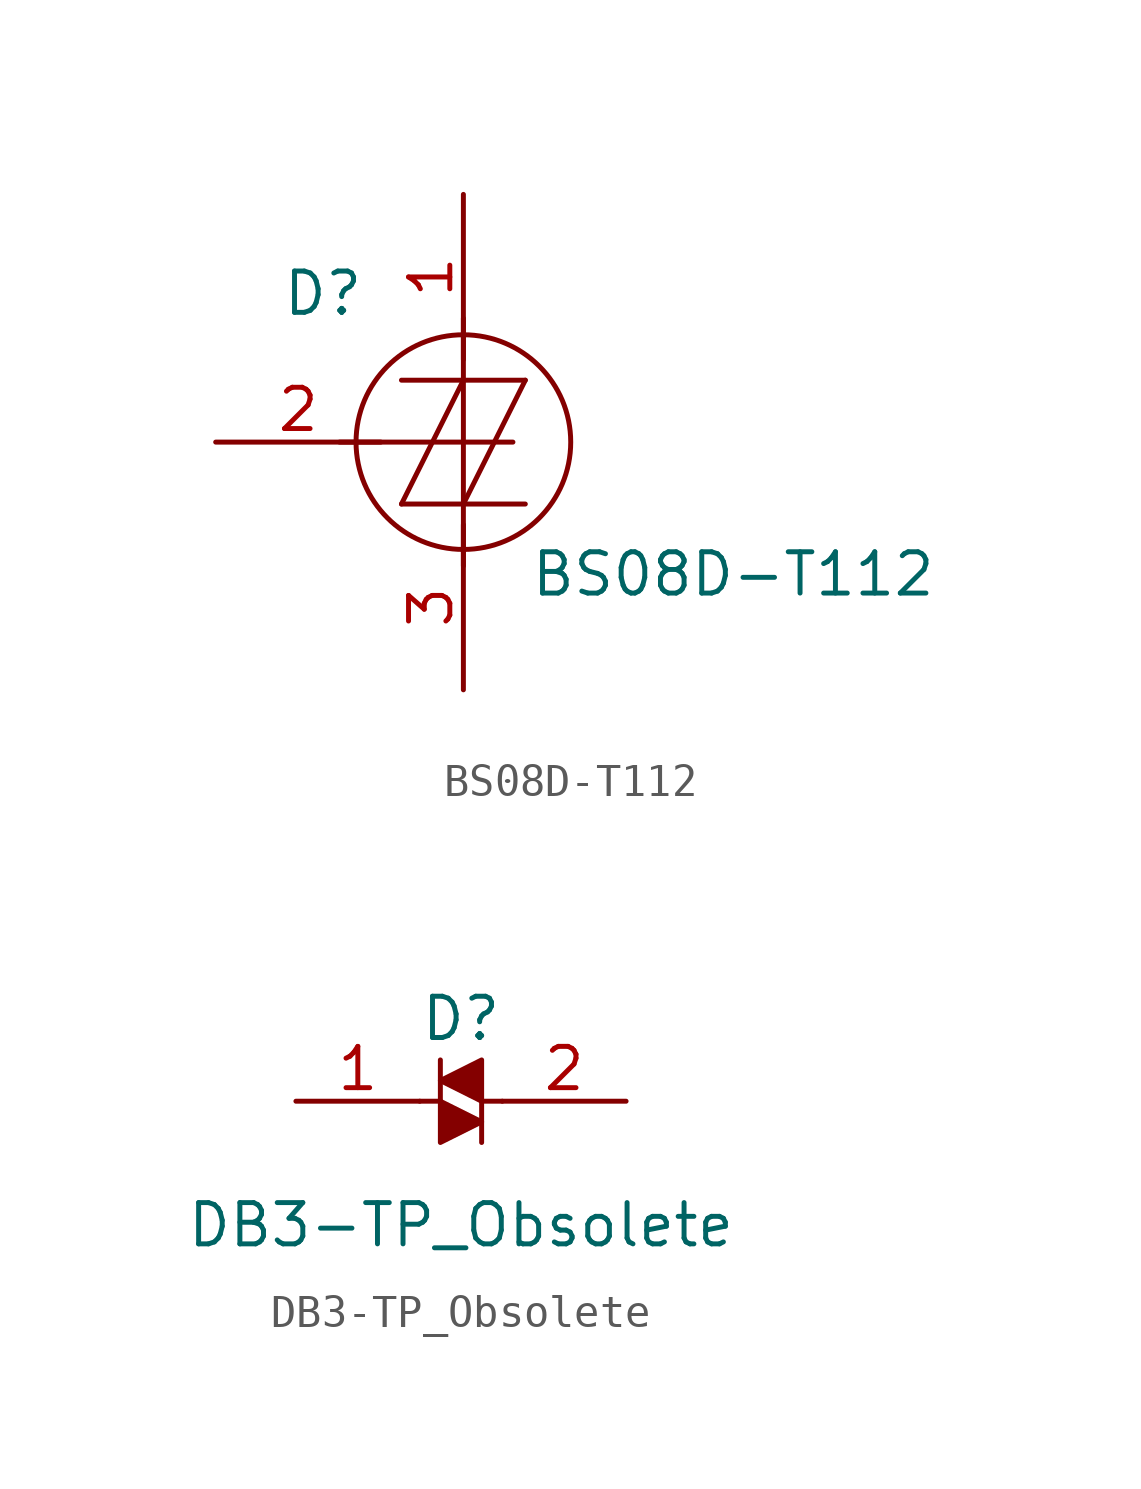
<source format=kicad_sym>
(kicad_symbol_lib
  (version 20220914)
  (generator kicad_symbol_editor)
  (symbol "BS08D-T112"
    (pin_names
      (offset 0) hide)
    (property "Reference" "D"
      (at -4.318 4.572 0)
      (effects (font (size 1.27 1.27))))
    (property "Value" "BS08D-T112"
      (at 2.032 -4.064 0)
      (effects (font (size 1.27 1.27)) (justify left)))
    (symbol "BS08D-T112_0_1"
      (polyline (pts (xy -1.905 -1.905) (xy 1.905 -1.905)) (stroke (width 0) (type solid)) (fill (type none)))
      (polyline (pts (xy -1.905 1.905) (xy 1.905 1.905)) (stroke (width 0) (type solid)) (fill (type none)))
      (polyline (pts (xy 0 1.905) (xy -1.905 -1.905)) (stroke (width 0) (type solid)) (fill (type none)))
      (polyline (pts (xy 0 3.81) (xy 0 -3.81)) (stroke (width 0) (type solid)) (fill (type none)))
      (polyline (pts (xy 1.524 0) (xy -3.81 0)) (stroke (width 0) (type solid)) (fill (type none)))
      (polyline (pts (xy 1.905 1.905) (xy 0 -1.905)) (stroke (width 0) (type solid)) (fill (type none)))
      (circle (center 0 0) (radius 3.302) (stroke (width 0) (type solid)) (fill (type none))))
    (symbol "BS08D-T112_1_1"
      (pin passive line (at 0 7.62 270) (length 5.08) (name "T2" (effects (font (size 1.27 1.27)))) (number "1" (effects (font (size 1.27 1.27)))))
      (pin input line (at -7.62 0 0) (length 5.08) (name "G" (effects (font (size 1.27 1.27)))) (number "2" (effects (font (size 1.27 1.27)))))
      (pin passive line (at 0 -7.62 90) (length 5.08) (name "T1" (effects (font (size 1.27 1.27)))) (number "3" (effects (font (size 1.27 1.27)))))))
  (symbol "DB3-TP_Obsolete"
    (pin_names
      (offset 0))
    (property "Reference" "D"
      (at 0 2.54 0)
      (effects (font (size 1.27 1.27))))
    (property "Value" "DB3-TP_Obsolete"
      (at 0 -3.81 0)
      (effects (font (size 1.27 1.27))))
    (symbol "DB3-TP_Obsolete_0_1"
      (polyline (pts (xy -0.635 0) (xy -1.27 0)) (stroke (width 0) (type solid)) (fill (type none)))
      (polyline (pts (xy -0.635 1.27) (xy -0.635 0)) (stroke (width 0) (type solid)) (fill (type none)))
      (polyline (pts (xy 0.635 -1.27) (xy 0.635 0)) (stroke (width 0) (type solid)) (fill (type none)))
      (polyline (pts (xy 1.27 0) (xy 0.635 0)) (stroke (width 0) (type solid)) (fill (type none)))
      (polyline (pts (xy -0.635 0) (xy -0.635 -1.27) (xy 0.635 -0.635) (xy -0.635 0)) (stroke (width 0) (type solid)) (fill (type outline)))
      (polyline (pts (xy -0.635 0.635) (xy 0.635 0) (xy 0.635 1.27) (xy -0.635 0.635)) (stroke (width 0) (type solid)) (fill (type outline))))
    (symbol "DB3-TP_Obsolete_1_1"
      (pin passive line (at -5.08 0 0) (length 3.81) (name "~" (effects (font (size 1.27 1.27)))) (number "1" (effects (font (size 1.27 1.27)))))
      (pin passive line (at 5.08 0 180) (length 3.81) (name "~" (effects (font (size 1.27 1.27)))) (number "2" (effects (font (size 1.27 1.27))))))))
</source>
